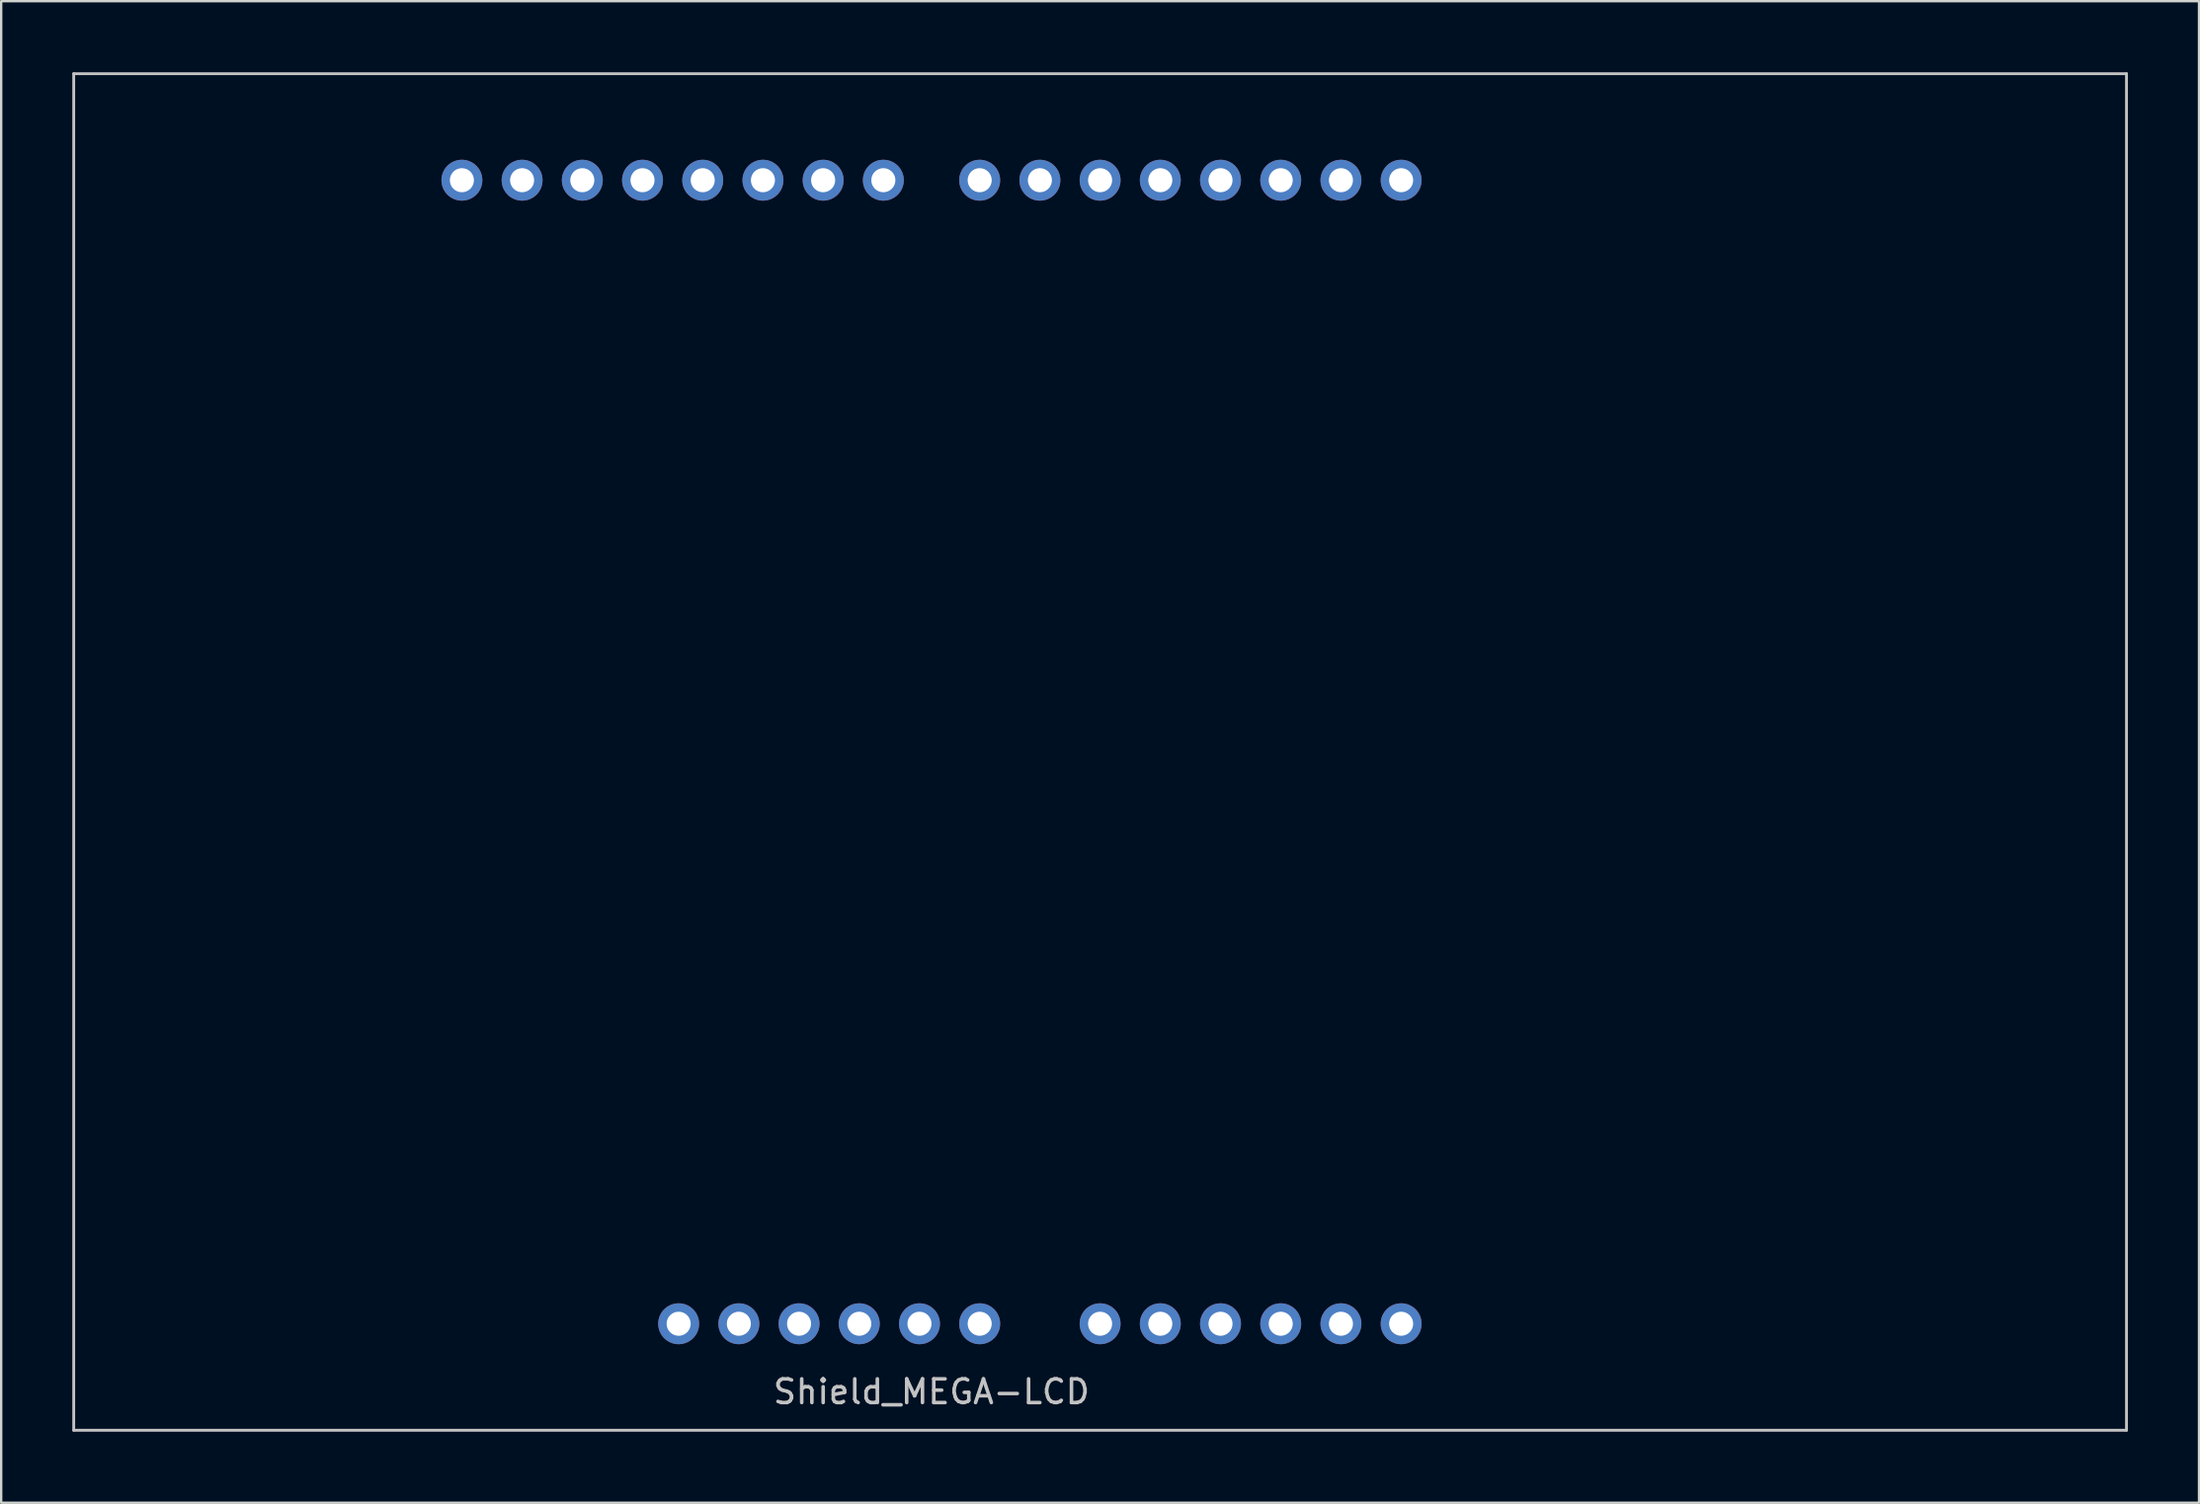
<source format=kicad_pcb>
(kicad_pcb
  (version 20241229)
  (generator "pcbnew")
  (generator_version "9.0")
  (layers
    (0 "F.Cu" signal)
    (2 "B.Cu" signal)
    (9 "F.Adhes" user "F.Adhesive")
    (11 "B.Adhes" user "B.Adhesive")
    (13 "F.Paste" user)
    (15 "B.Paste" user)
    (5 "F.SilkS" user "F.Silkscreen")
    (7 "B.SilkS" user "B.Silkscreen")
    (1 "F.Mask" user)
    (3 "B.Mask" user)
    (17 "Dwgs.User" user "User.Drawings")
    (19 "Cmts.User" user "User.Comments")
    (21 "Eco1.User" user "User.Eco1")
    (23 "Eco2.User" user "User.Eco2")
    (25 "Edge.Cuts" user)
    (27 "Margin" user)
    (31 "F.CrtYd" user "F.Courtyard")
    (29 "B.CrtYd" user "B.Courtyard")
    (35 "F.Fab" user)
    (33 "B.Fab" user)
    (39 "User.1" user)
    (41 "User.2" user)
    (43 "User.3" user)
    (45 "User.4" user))
  (footprint "Shield_MEGA-LCD"
    (layer "F.Cu")
    (at 36.248 28.685)
    (property "Reference" "Shield_MEGA-LCD" (at 0 27 0) (layer "Dwgs.User") (effects (font (size 1 1) (thickness 0.15))))
    (attr through_hole)
    (fp_line (start -36.188 -28.625) (end -36.188 28.625) (stroke (width 0.12) (type solid)) (layer "Dwgs.User"))
    (fp_line (start -36.188 -28.625) (end 50.412 -28.625) (stroke (width 0.12) (type solid)) (layer "Dwgs.User"))
    (fp_line (start -36.188 28.625) (end 50.412 28.625) (stroke (width 0.12) (type solid)) (layer "Dwgs.User"))
    (fp_line (start 50.412 -28.625) (end 50.412 28.625) (stroke (width 0.12) (type solid)) (layer "Dwgs.User"))
    (pad "3V3" thru_hole oval (at -8.128 24.13) (size 1.727 1.727) (drill 1.016) (layers "*.Cu" "*.Mask"))
    (pad "5V1" thru_hole oval (at -5.588 24.13) (size 1.727 1.727) (drill 1.016) (layers "*.Cu" "*.Mask"))
    (pad "A0" thru_hole oval (at 7.112 24.13) (size 1.727 1.727) (drill 1.016) (layers "*.Cu" "*.Mask"))
    (pad "A1" thru_hole oval (at 9.652 24.13) (size 1.727 1.727) (drill 1.016) (layers "*.Cu" "*.Mask"))
    (pad "A2" thru_hole oval (at 12.192 24.13) (size 1.727 1.727) (drill 1.016) (layers "*.Cu" "*.Mask"))
    (pad "A3" thru_hole oval (at 14.732 24.13) (size 1.727 1.727) (drill 1.016) (layers "*.Cu" "*.Mask"))
    (pad "A4" thru_hole oval (at 17.272 24.13) (size 1.727 1.727) (drill 1.016) (layers "*.Cu" "*.Mask"))
    (pad "A5" thru_hole oval (at 19.812 24.13) (size 1.727 1.727) (drill 1.016) (layers "*.Cu" "*.Mask"))
    (pad "D2" thru_hole oval (at 14.732 -24.13) (size 1.727 1.727) (drill 1.016) (layers "*.Cu" "*.Mask"))
    (pad "D3" thru_hole oval (at 12.192 -24.13) (size 1.727 1.727) (drill 1.016) (layers "*.Cu" "*.Mask"))
    (pad "D4" thru_hole oval (at 9.652 -24.13) (size 1.727 1.727) (drill 1.016) (layers "*.Cu" "*.Mask"))
    (pad "D5" thru_hole oval (at 7.112 -24.13) (size 1.727 1.727) (drill 1.016) (layers "*.Cu" "*.Mask"))
    (pad "D6" thru_hole oval (at 4.572 -24.13) (size 1.727 1.727) (drill 1.016) (layers "*.Cu" "*.Mask"))
    (pad "D7" thru_hole oval (at 2.032 -24.13) (size 1.727 1.727) (drill 1.016) (layers "*.Cu" "*.Mask"))
    (pad "D8" thru_hole oval (at -2.032 -24.13) (size 1.727 1.727) (drill 1.016) (layers "*.Cu" "*.Mask"))
    (pad "D9" thru_hole oval (at -4.572 -24.13) (size 1.727 1.727) (drill 1.016) (layers "*.Cu" "*.Mask"))
    (pad "D10" thru_hole oval (at -7.112 -24.13) (size 1.727 1.727) (drill 1.016) (layers "*.Cu" "*.Mask"))
    (pad "D11" thru_hole oval (at -9.652 -24.13) (size 1.727 1.727) (drill 1.016) (layers "*.Cu" "*.Mask"))
    (pad "D12" thru_hole oval (at -12.192 -24.13) (size 1.727 1.727) (drill 1.016) (layers "*.Cu" "*.Mask"))
    (pad "D13" thru_hole oval (at -14.732 -24.13) (size 1.727 1.727) (drill 1.016) (layers "*.Cu" "*.Mask"))
    (pad "GND" thru_hole oval (at -17.272 -24.13) (size 1.727 1.727) (drill 1.016) (layers "*.Cu" "*.Mask"))
    (pad "GND" thru_hole oval (at -3.048 24.13) (size 1.727 1.727) (drill 1.016) (layers "*.Cu" "*.Mask"))
    (pad "GND" thru_hole oval (at -0.508 24.13) (size 1.727 1.727) (drill 1.016) (layers "*.Cu" "*.Mask"))
    (pad "~" thru_hole oval (at -19.812 -24.13) (size 1.727 1.727) (drill 1.016) (layers "*.Cu" "*.Mask"))
    (pad "~" thru_hole oval (at -10.668 24.13) (size 1.727 1.727) (drill 1.016) (layers "*.Cu" "*.Mask"))
    (pad "~" thru_hole oval (at 2.032 24.13) (size 1.727 1.727) (drill 1.016) (layers "*.Cu" "*.Mask"))
    (pad "~" thru_hole oval (at 17.272 -24.13) (size 1.727 1.727) (drill 1.016) (layers "*.Cu" "*.Mask"))
    (pad "~" thru_hole oval (at 19.812 -24.13) (size 1.727 1.727) (drill 1.016) (layers "*.Cu" "*.Mask")))
  (gr_rect
    (start -3 -3)
    (end 89.72 60.37)
    (stroke (width 0.1) (type default))
    (fill no)
    (layer "Edge.Cuts")))
</source>
